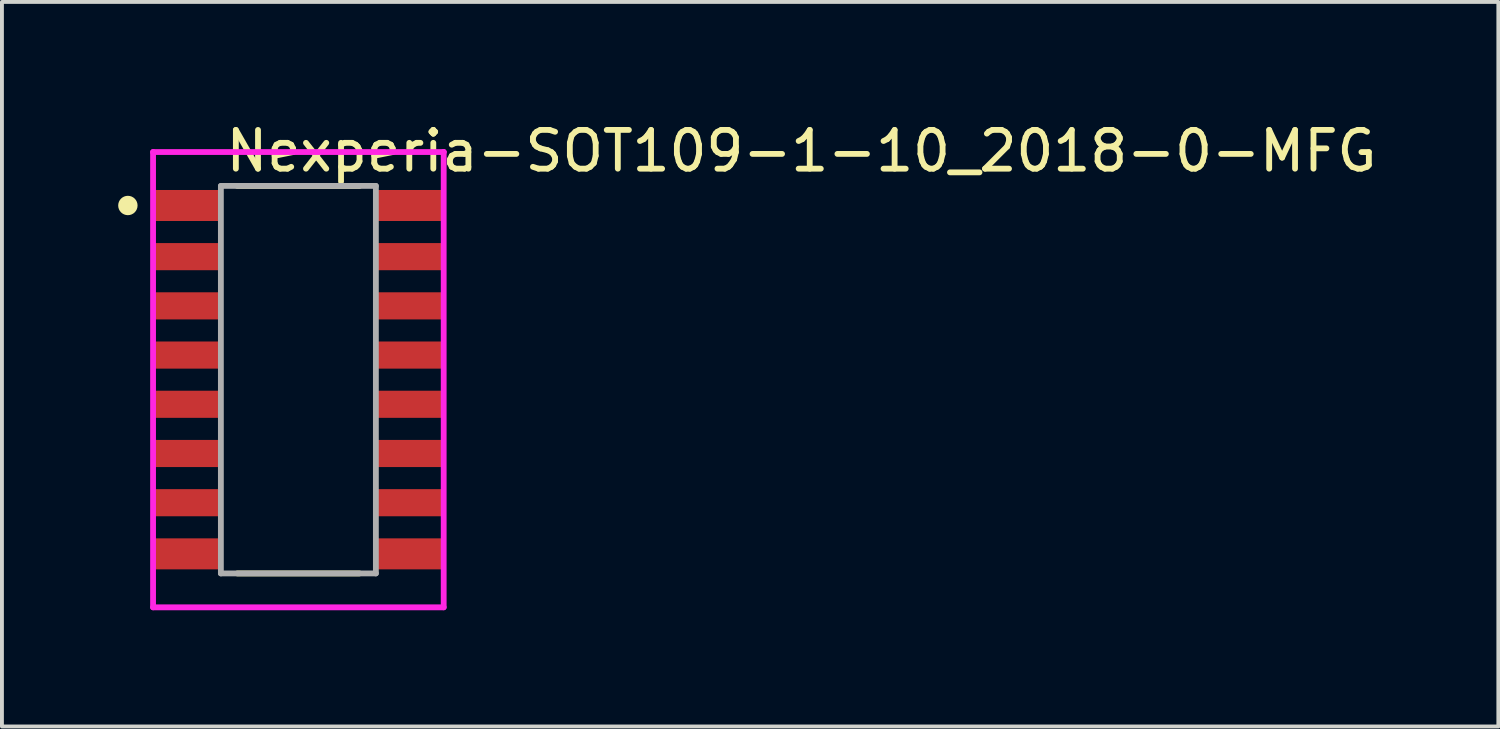
<source format=kicad_pcb>
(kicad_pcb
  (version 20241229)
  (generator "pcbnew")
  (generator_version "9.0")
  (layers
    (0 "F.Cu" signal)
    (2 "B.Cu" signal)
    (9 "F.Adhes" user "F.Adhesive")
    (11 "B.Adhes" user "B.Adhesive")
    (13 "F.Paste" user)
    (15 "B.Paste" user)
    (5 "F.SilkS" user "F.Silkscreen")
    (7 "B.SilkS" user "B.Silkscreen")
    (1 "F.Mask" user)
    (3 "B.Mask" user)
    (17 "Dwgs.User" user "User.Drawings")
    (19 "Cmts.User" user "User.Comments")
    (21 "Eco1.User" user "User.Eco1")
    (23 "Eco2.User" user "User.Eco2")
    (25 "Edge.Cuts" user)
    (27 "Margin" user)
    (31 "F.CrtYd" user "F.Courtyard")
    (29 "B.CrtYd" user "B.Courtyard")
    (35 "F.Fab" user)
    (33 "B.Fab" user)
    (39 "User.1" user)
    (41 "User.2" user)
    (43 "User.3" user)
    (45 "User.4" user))
  (footprint "Nexperia-SOT109-1-10_2018-0-MFG"
    (layer "F.Cu")
    (at 4.65 6.748)
    (property "Reference" "Nexperia-SOT109-1-10_2018-0-MFG" (at -1.95 -5.9 0) (layer "F.SilkS") (effects (font (size 1 1) (thickness 0.15)) (justify left)))
    (attr through_hole)
    (fp_line (start -1.575 -5) (end 1.575 -5) (stroke (width 0.15) (type solid)) (layer "F.SilkS"))
    (fp_line (start -1.575 5) (end 1.575 5) (stroke (width 0.15) (type solid)) (layer "F.SilkS"))
    (fp_circle (center -4.4 -4.495) (end -4.275 -4.495) (stroke (width 0.25) (type solid)) (fill no) (layer "F.SilkS"))
    (fp_line (start -3.75 -5.875) (end -3.75 5.875) (stroke (width 0.15) (type solid)) (layer "F.CrtYd"))
    (fp_line (start -3.75 5.875) (end 3.75 5.875) (stroke (width 0.15) (type solid)) (layer "F.CrtYd"))
    (fp_line (start 3.75 -5.875) (end -3.75 -5.875) (stroke (width 0.15) (type solid)) (layer "F.CrtYd"))
    (fp_line (start 3.75 -5.875) (end 3.75 -5.875) (stroke (width 0.15) (type solid)) (layer "F.CrtYd"))
    (fp_line (start 3.75 5.875) (end 3.75 -5.875) (stroke (width 0.15) (type solid)) (layer "F.CrtYd"))
    (fp_line (start -2 -5) (end 2 -5) (stroke (width 0.15) (type solid)) (layer "F.Fab"))
    (fp_line (start -2 5) (end -2 -5) (stroke (width 0.15) (type solid)) (layer "F.Fab"))
    (fp_line (start 2 -5) (end 2 5) (stroke (width 0.15) (type solid)) (layer "F.Fab"))
    (fp_line (start 2 5) (end -2 5) (stroke (width 0.15) (type solid)) (layer "F.Fab"))
    (pad "" smd rect (at -2.825 -4.495) (size 1.65 0.7) (layers "F.Paste"))
    (pad "" smd rect (at -2.825 -3.175) (size 1.65 0.6) (layers "F.Paste"))
    (pad "" smd rect (at -2.825 -1.905) (size 1.65 0.6) (layers "F.Paste"))
    (pad "" smd rect (at -2.825 -0.635) (size 1.65 0.6) (layers "F.Paste"))
    (pad "" smd rect (at -2.825 0.635) (size 1.65 0.6) (layers "F.Paste"))
    (pad "" smd rect (at -2.825 1.905) (size 1.65 0.6) (layers "F.Paste"))
    (pad "" smd rect (at -2.825 3.175) (size 1.65 0.6) (layers "F.Paste"))
    (pad "" smd rect (at -2.825 4.495) (size 1.65 0.7) (layers "F.Paste"))
    (pad "" smd rect (at 2.825 -4.495) (size 1.65 0.7) (layers "F.Paste"))
    (pad "" smd rect (at 2.825 -3.175) (size 1.65 0.6) (layers "F.Paste"))
    (pad "" smd rect (at 2.825 -1.905) (size 1.65 0.6) (layers "F.Paste"))
    (pad "" smd rect (at 2.825 -0.635) (size 1.65 0.6) (layers "F.Paste"))
    (pad "" smd rect (at 2.825 0.635) (size 1.65 0.6) (layers "F.Paste"))
    (pad "" smd rect (at 2.825 1.905) (size 1.65 0.6) (layers "F.Paste"))
    (pad "" smd rect (at 2.825 3.175) (size 1.65 0.6) (layers "F.Paste"))
    (pad "" smd rect (at 2.825 4.495) (size 1.65 0.7) (layers "F.Paste"))
    (pad "1" smd rect (at -2.825 -4.495) (size 1.75 0.8) (layers "F.Cu" "F.Mask"))
    (pad "2" smd rect (at -2.825 -3.175) (size 1.75 0.7) (layers "F.Cu" "F.Mask"))
    (pad "3" smd rect (at -2.825 -1.905) (size 1.75 0.7) (layers "F.Cu" "F.Mask"))
    (pad "4" smd rect (at -2.825 -0.635) (size 1.75 0.7) (layers "F.Cu" "F.Mask"))
    (pad "5" smd rect (at -2.825 0.635) (size 1.75 0.7) (layers "F.Cu" "F.Mask"))
    (pad "6" smd rect (at -2.825 1.905) (size 1.75 0.7) (layers "F.Cu" "F.Mask"))
    (pad "7" smd rect (at -2.825 3.175) (size 1.75 0.7) (layers "F.Cu" "F.Mask"))
    (pad "8" smd rect (at -2.825 4.495) (size 1.75 0.8) (layers "F.Cu" "F.Mask"))
    (pad "9" smd rect (at 2.825 4.495) (size 1.75 0.8) (layers "F.Cu" "F.Mask"))
    (pad "10" smd rect (at 2.825 3.175) (size 1.75 0.7) (layers "F.Cu" "F.Mask"))
    (pad "11" smd rect (at 2.825 1.905) (size 1.75 0.7) (layers "F.Cu" "F.Mask"))
    (pad "12" smd rect (at 2.825 0.635) (size 1.75 0.7) (layers "F.Cu" "F.Mask"))
    (pad "13" smd rect (at 2.825 -0.635) (size 1.75 0.7) (layers "F.Cu" "F.Mask"))
    (pad "14" smd rect (at 2.825 -1.905) (size 1.75 0.7) (layers "F.Cu" "F.Mask"))
    (pad "15" smd rect (at 2.825 -3.175) (size 1.75 0.7) (layers "F.Cu" "F.Mask"))
    (pad "16" smd rect (at 2.825 -4.495) (size 1.75 0.8) (layers "F.Cu" "F.Mask")))
  (gr_rect
    (start -3 -3)
    (end 35.617 15.698)
    (stroke (width 0.1) (type default))
    (fill no)
    (layer "Edge.Cuts")))
</source>
